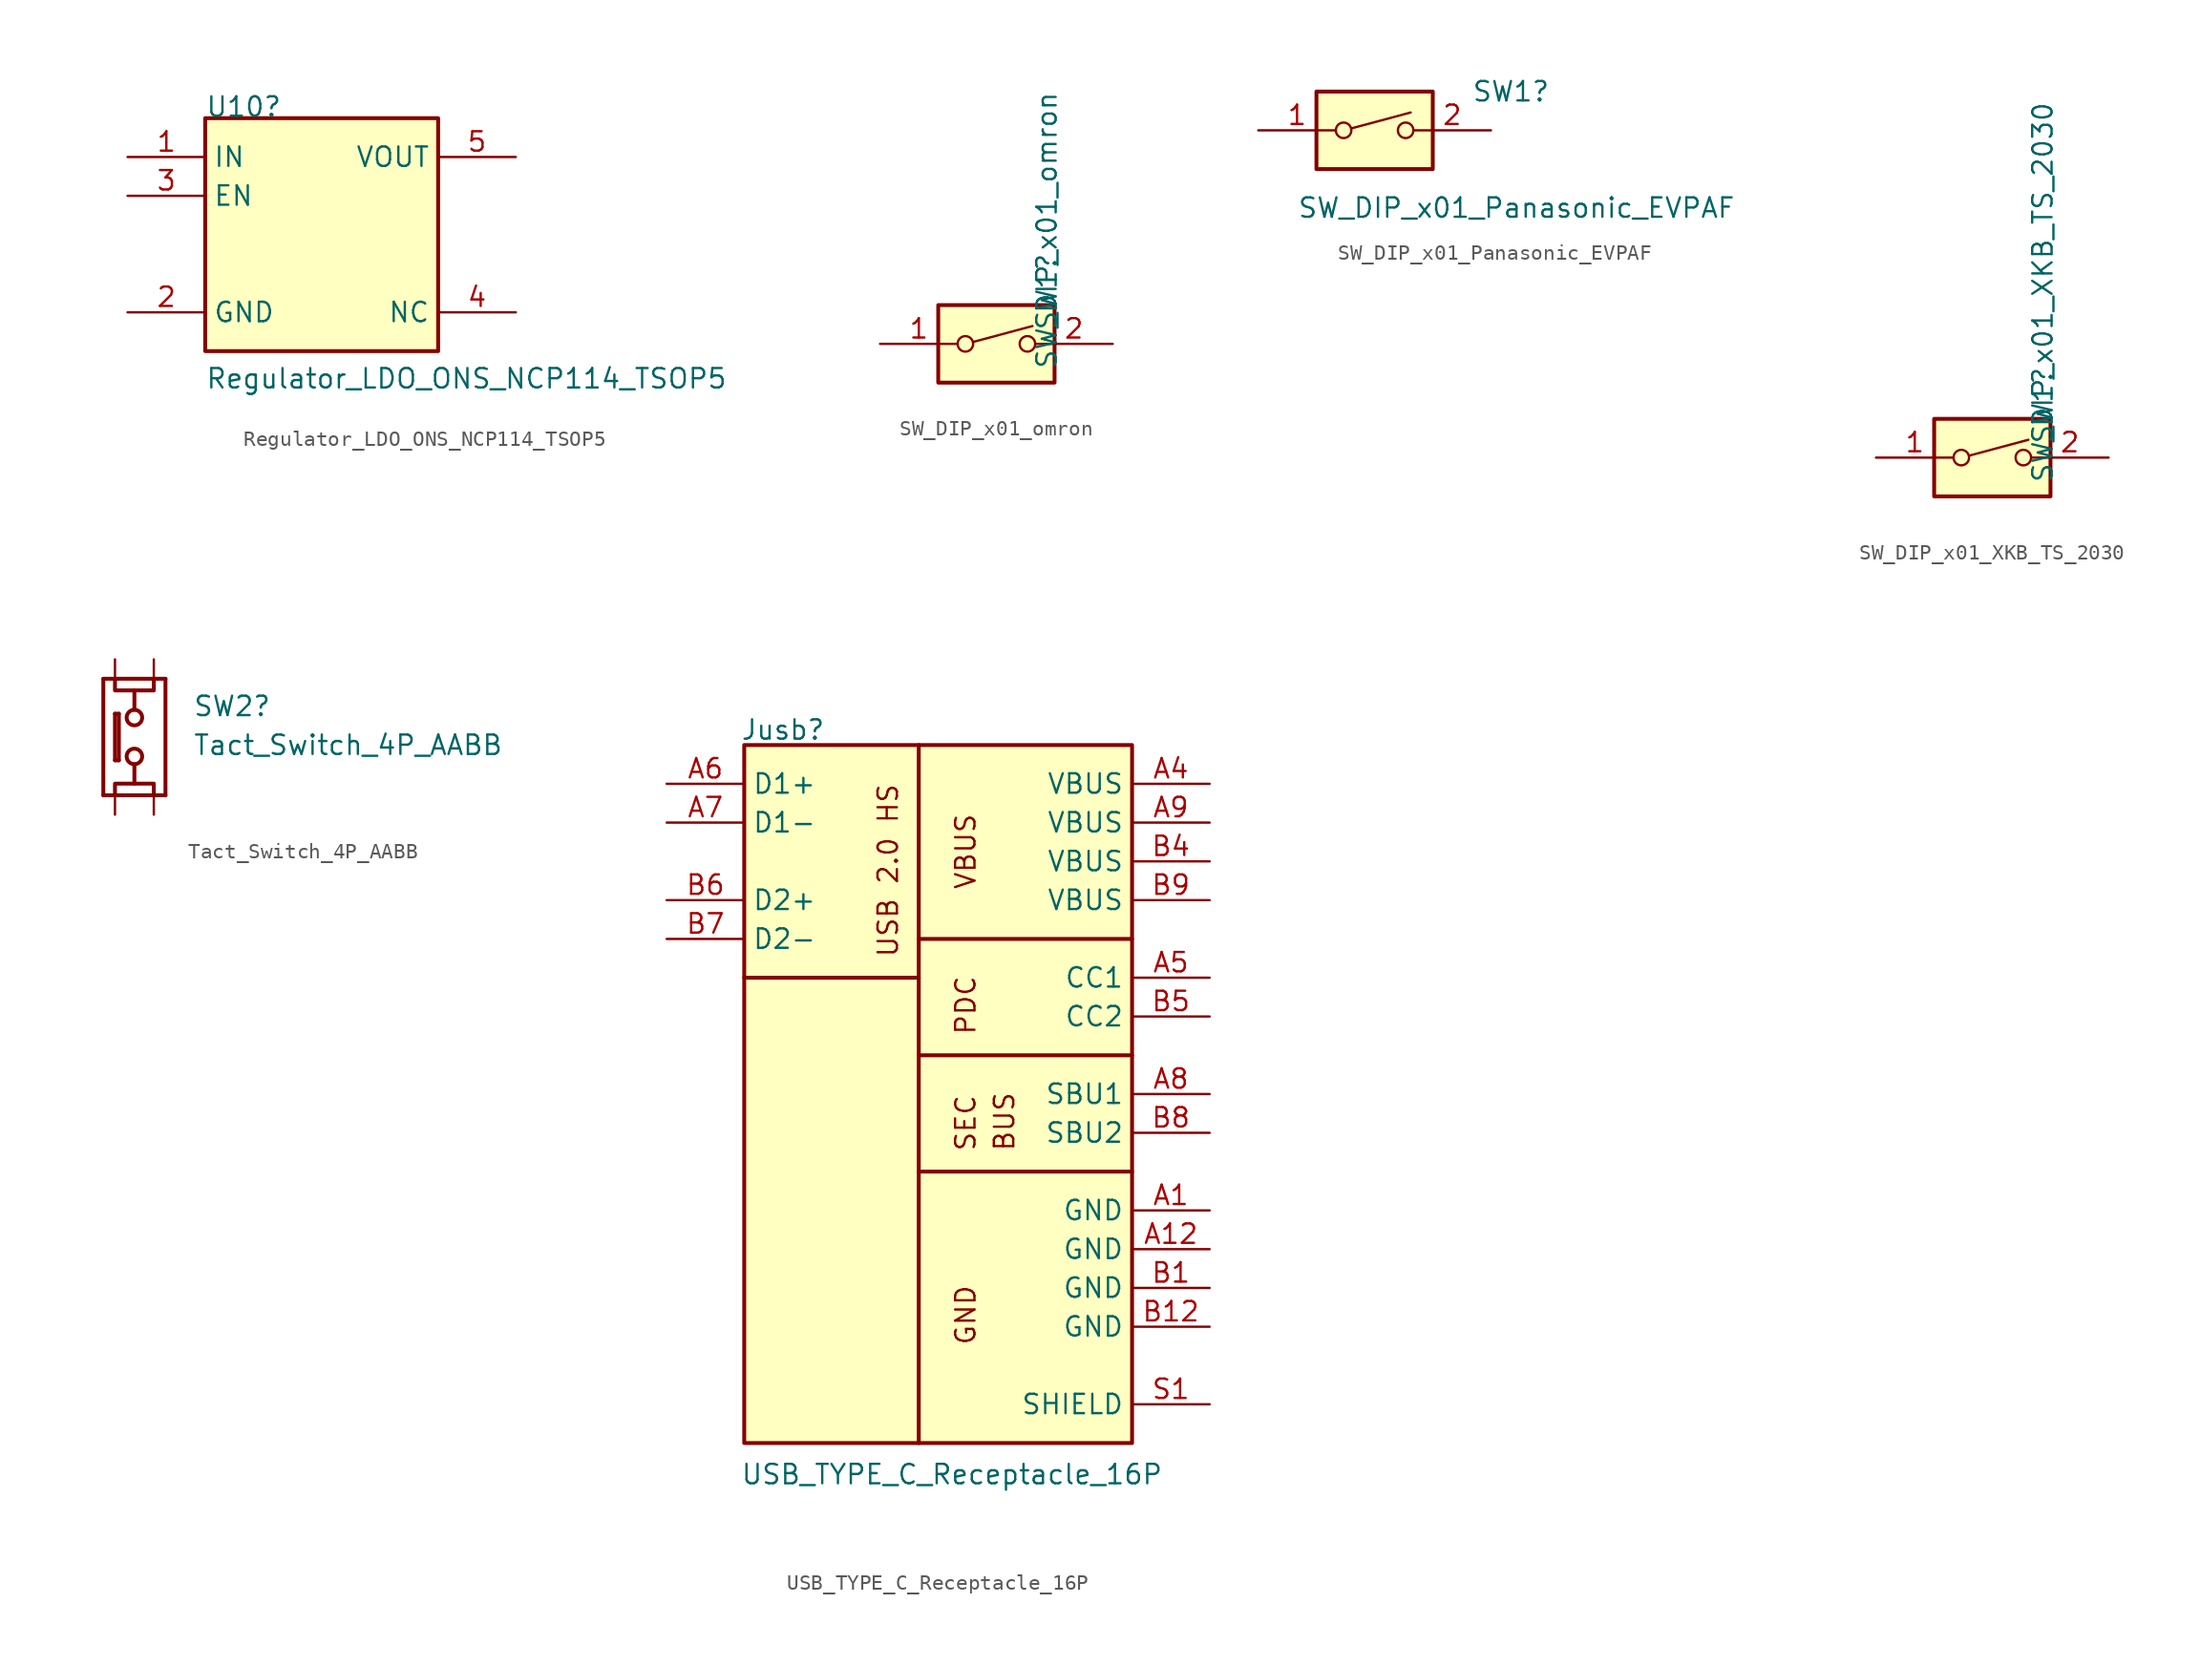
<source format=kicad_sym>
(kicad_symbol_lib
  (version 20220914)
  (generator kicad_symbol_editor)
  (symbol "Regulator_LDO_ONS_NCP114_TSOP5"
    (property "Reference" "U10"
      (at 0 0 0)
      (effects (font (size 1.27 1.27)) (justify left bottom)))
    (property "Value" "Regulator_LDO_ONS_NCP114_TSOP5"
      (at 0 -17.78 0)
      (effects (font (size 1.27 1.27)) (justify left bottom)))
    (symbol "Regulator_LDO_ONS_NCP114_TSOP5_1_0"
      (rectangle (start 15.24 0) (end 0 -15.24) (stroke (width 0.254) (type default)) (fill (type background)))
      (pin power_in line (at -5.08 -2.54 0) (length 5.08) (name "IN" (effects (font (size 1.27 1.27)))) (number "1" (effects (font (size 1.27 1.27)))))
      (pin power_in line (at -5.08 -12.7 0) (length 5.08) (name "GND" (effects (font (size 1.27 1.27)))) (number "2" (effects (font (size 1.27 1.27)))))
      (pin input line (at -5.08 -5.08 0) (length 5.08) (name "EN" (effects (font (size 1.27 1.27)))) (number "3" (effects (font (size 1.27 1.27)))))
      (pin passive line (at 20.32 -12.7 180) (length 5.08) (name "NC" (effects (font (size 1.27 1.27)))) (number "4" (effects (font (size 1.27 1.27)))))
      (pin power_in line (at 20.32 -2.54 180) (length 5.08) (name "VOUT" (effects (font (size 1.27 1.27)))) (number "5" (effects (font (size 1.27 1.27)))))))
  (symbol "SW_DIP_x01_omron"
    (pin_names
      (offset 0) hide)
    (property "Reference" "SW1"
      (at 3.302 0.835 90)
      (effects (font (size 1.27 1.27)) (justify left)))
    (property "Value" "SW_DIP_x01_omron"
      (at 3.302 -1.702 90)
      (effects (font (size 1.27 1.27)) (justify left)))
    (symbol "SW_DIP_x01_omron_0_0"
      (circle (center -2.032 0) (radius 0.508) (stroke (width 0) (type default)) (fill (type none)))
      (polyline (pts (xy -1.524 0.127) (xy 2.362 1.168)) (stroke (width 0) (type default)) (fill (type none)))
      (circle (center 2.032 0) (radius 0.508) (stroke (width 0) (type default)) (fill (type none))))
    (symbol "SW_DIP_x01_omron_0_1"
      (rectangle (start -3.81 2.54) (end 3.81 -2.54) (stroke (width 0.254) (type default)) (fill (type background))))
    (symbol "SW_DIP_x01_omron_1_1"
      (pin passive line (at -7.62 0 0) (length 5.08) (name "~" (effects (font (size 1.27 1.27)))) (number "1" (effects (font (size 1.27 1.27)))))
      (pin passive line (at 7.62 0 180) (length 5.08) (name "~" (effects (font (size 1.27 1.27)))) (number "2" (effects (font (size 1.27 1.27)))))))
  (symbol "SW_DIP_x01_Panasonic_EVPAF"
    (pin_names
      (offset 0) hide)
    (property "Reference" "SW1"
      (at 6.35 2.54 0)
      (effects (font (size 1.27 1.27)) (justify left)))
    (property "Value" "SW_DIP_x01_Panasonic_EVPAF"
      (at -5.08 -5.08 0)
      (effects (font (size 1.27 1.27)) (justify left)))
    (symbol "SW_DIP_x01_Panasonic_EVPAF_0_0"
      (circle (center -2.032 0) (radius 0.508) (stroke (width 0) (type default)) (fill (type none)))
      (polyline (pts (xy -1.524 0.127) (xy 2.362 1.168)) (stroke (width 0) (type default)) (fill (type none)))
      (circle (center 2.032 0) (radius 0.508) (stroke (width 0) (type default)) (fill (type none))))
    (symbol "SW_DIP_x01_Panasonic_EVPAF_0_1"
      (rectangle (start -3.81 2.54) (end 3.81 -2.54) (stroke (width 0.254) (type default)) (fill (type background))))
    (symbol "SW_DIP_x01_Panasonic_EVPAF_1_1"
      (pin passive line (at -7.62 0 0) (length 5.08) (name "~" (effects (font (size 1.27 1.27)))) (number "1" (effects (font (size 1.27 1.27)))))
      (pin passive line (at 7.62 0 180) (length 5.08) (name "~" (effects (font (size 1.27 1.27)))) (number "2" (effects (font (size 1.27 1.27)))))))
  (symbol "SW_DIP_x01_XKB_TS_2030"
    (pin_names
      (offset 0) hide)
    (property "Reference" "SW1"
      (at 3.302 0.835 90)
      (effects (font (size 1.27 1.27)) (justify left)))
    (property "Value" "SW_DIP_x01_XKB_TS_2030"
      (at 3.302 -1.702 90)
      (effects (font (size 1.27 1.27)) (justify left)))
    (symbol "SW_DIP_x01_XKB_TS_2030_0_0"
      (circle (center -2.032 0) (radius 0.508) (stroke (width 0) (type default)) (fill (type none)))
      (polyline (pts (xy -1.524 0.127) (xy 2.362 1.168)) (stroke (width 0) (type default)) (fill (type none)))
      (circle (center 2.032 0) (radius 0.508) (stroke (width 0) (type default)) (fill (type none))))
    (symbol "SW_DIP_x01_XKB_TS_2030_0_1"
      (rectangle (start -3.81 2.54) (end 3.81 -2.54) (stroke (width 0.254) (type default)) (fill (type background))))
    (symbol "SW_DIP_x01_XKB_TS_2030_1_1"
      (pin passive line (at -7.62 0 0) (length 5.08) (name "~" (effects (font (size 1.27 1.27)))) (number "1" (effects (font (size 1.27 1.27)))))
      (pin passive line (at 7.62 0 180) (length 5.08) (name "~" (effects (font (size 1.27 1.27)))) (number "2" (effects (font (size 1.27 1.27)))))))
  (symbol "Tact_Switch_4P_AABB"
    (property "Reference" "SW2"
      (at 5.08 -3.81 0)
      (effects (font (size 1.27 1.27)) (justify left bottom)))
    (property "Value" "Tact_Switch_4P_AABB"
      (at 5.08 -6.35 0)
      (effects (font (size 1.27 1.27)) (justify left bottom)))
    (symbol "Tact_Switch_4P_AABB_1_0"
      (polyline (pts (xy -0.762 -8.89) (xy 3.302 -8.89)) (stroke (width 0.254) (type default)) (fill (type none)))
      (polyline (pts (xy -0.762 -1.27) (xy -0.762 -8.89)) (stroke (width 0.254) (type default)) (fill (type none)))
      (polyline (pts (xy -0.762 -1.27) (xy 3.302 -1.27)) (stroke (width 0.254) (type default)) (fill (type none)))
      (polyline (pts (xy 0 -6.604) (xy 0.254 -6.604)) (stroke (width 0.254) (type default)) (fill (type none)))
      (polyline (pts (xy 0 -3.556) (xy 0 -6.604)) (stroke (width 0.254) (type default)) (fill (type none)))
      (polyline (pts (xy 0 -3.556) (xy 0.254 -3.556)) (stroke (width 0.254) (type default)) (fill (type none)))
      (polyline (pts (xy 0.254 -6.604) (xy 0.254 -3.556)) (stroke (width 0.254) (type default)) (fill (type none)))
      (polyline (pts (xy 1.27 -6.858) (xy 1.27 -8.128)) (stroke (width 0.254) (type default)) (fill (type none)))
      (polyline (pts (xy 1.27 -2.032) (xy 1.27 -3.302)) (stroke (width 0.254) (type default)) (fill (type none)))
      (polyline (pts (xy 3.302 -1.27) (xy 3.302 -8.89)) (stroke (width 0.254) (type default)) (fill (type none)))
      (polyline (pts (xy 0 -8.89) (xy 0 -8.128) (xy 2.54 -8.128) (xy 2.54 -8.89)) (stroke (width 0.254) (type default)) (fill (type none)))
      (polyline (pts (xy 0 -1.27) (xy 0 -2.032) (xy 2.54 -2.032) (xy 2.54 -1.27)) (stroke (width 0.254) (type default)) (fill (type none)))
      (circle (center 1.27 -6.35) (radius 0.508) (stroke (width 0.254) (type default)) (fill (type none)))
      (circle (center 1.27 -3.81) (radius 0.508) (stroke (width 0.254) (type default)) (fill (type none)))
      (pin passive line (at 0 0 270) (length 1.27) (name "1" (effects (font (size 0 0)))) (number "1" (effects (font (size 0 0)))))
      (pin passive line (at 2.54 0 270) (length 1.27) (name "2" (effects (font (size 0 0)))) (number "2" (effects (font (size 0 0)))))
      (pin passive line (at 0 -10.16 90) (length 1.27) (name "3" (effects (font (size 0 0)))) (number "3" (effects (font (size 0 0)))))
      (pin passive line (at 2.54 -10.16 90) (length 1.27) (name "4" (effects (font (size 0 0)))) (number "4" (effects (font (size 0 0)))))))
  (symbol "USB_TYPE_C_Receptacle_16P"
    (property "Reference" "Jusb"
      (at -0.254 0.254 0)
      (effects (font (size 1.27 1.27)) (justify left bottom)))
    (property "Value" "USB_TYPE_C_Receptacle_16P"
      (at -0.254 -48.514 0)
      (effects (font (size 1.27 1.27)) (justify left bottom)))
    (symbol "USB_TYPE_C_Receptacle_16P_1_0"
      (polyline (pts (xy 0 -15.24) (xy 11.43 -15.24)) (stroke (width 0.254) (type default)) (fill (type none)))
      (polyline (pts (xy 11.43 -45.72) (xy 11.43 0)) (stroke (width 0.254) (type default)) (fill (type none)))
      (polyline (pts (xy 11.43 -27.94) (xy 25.4 -27.94)) (stroke (width 0.254) (type default)) (fill (type none)))
      (polyline (pts (xy 11.43 -20.32) (xy 25.4 -20.32)) (stroke (width 0.254) (type default)) (fill (type none)))
      (polyline (pts (xy 11.43 -12.7) (xy 25.4 -12.7)) (stroke (width 0.254) (type default)) (fill (type none)))
      (rectangle (start 25.4 0) (end 0 -45.72) (stroke (width 0.254) (type default)) (fill (type background)))
      (text "BUS" (at 17.78 -26.67 900) (effects (font (size 1.27 1.27)) (justify left bottom)))
      (text "GND" (at 15.24 -39.37 900) (effects (font (size 1.27 1.27)) (justify left bottom)))
      (text "PDC" (at 15.24 -19.05 900) (effects (font (size 1.27 1.27)) (justify left bottom)))
      (text "SEC" (at 15.24 -26.67 900) (effects (font (size 1.27 1.27)) (justify left bottom)))
      (text "USB 2.0 HS" (at 10.16 -13.97 900) (effects (font (size 1.27 1.27)) (justify left bottom)))
      (text "VBUS" (at 15.24 -9.525 900) (effects (font (size 1.27 1.27)) (justify left bottom)))
      (pin passive line (at 30.48 -30.48 180) (length 5.08) (name "GND" (effects (font (size 1.27 1.27)))) (number "A1" (effects (font (size 1.27 1.27)))))
      (pin passive line (at 30.48 -33.02 180) (length 5.08) (name "GND" (effects (font (size 1.27 1.27)))) (number "A12" (effects (font (size 1.27 1.27)))))
      (pin passive line (at 30.48 -2.54 180) (length 5.08) (name "VBUS" (effects (font (size 1.27 1.27)))) (number "A4" (effects (font (size 1.27 1.27)))))
      (pin passive line (at 30.48 -15.24 180) (length 5.08) (name "CC1" (effects (font (size 1.27 1.27)))) (number "A5" (effects (font (size 1.27 1.27)))))
      (pin passive line (at -5.08 -2.54 0) (length 5.08) (name "D1+" (effects (font (size 1.27 1.27)))) (number "A6" (effects (font (size 1.27 1.27)))))
      (pin passive line (at -5.08 -5.08 0) (length 5.08) (name "D1-" (effects (font (size 1.27 1.27)))) (number "A7" (effects (font (size 1.27 1.27)))))
      (pin passive line (at 30.48 -22.86 180) (length 5.08) (name "SBU1" (effects (font (size 1.27 1.27)))) (number "A8" (effects (font (size 1.27 1.27)))))
      (pin passive line (at 30.48 -5.08 180) (length 5.08) (name "VBUS" (effects (font (size 1.27 1.27)))) (number "A9" (effects (font (size 1.27 1.27)))))
      (pin passive line (at 30.48 -35.56 180) (length 5.08) (name "GND" (effects (font (size 1.27 1.27)))) (number "B1" (effects (font (size 1.27 1.27)))))
      (pin passive line (at 30.48 -38.1 180) (length 5.08) (name "GND" (effects (font (size 1.27 1.27)))) (number "B12" (effects (font (size 1.27 1.27)))))
      (pin passive line (at 30.48 -7.62 180) (length 5.08) (name "VBUS" (effects (font (size 1.27 1.27)))) (number "B4" (effects (font (size 1.27 1.27)))))
      (pin passive line (at 30.48 -17.78 180) (length 5.08) (name "CC2" (effects (font (size 1.27 1.27)))) (number "B5" (effects (font (size 1.27 1.27)))))
      (pin passive line (at -5.08 -10.16 0) (length 5.08) (name "D2+" (effects (font (size 1.27 1.27)))) (number "B6" (effects (font (size 1.27 1.27)))))
      (pin passive line (at -5.08 -12.7 0) (length 5.08) (name "D2-" (effects (font (size 1.27 1.27)))) (number "B7" (effects (font (size 1.27 1.27)))))
      (pin passive line (at 30.48 -25.4 180) (length 5.08) (name "SBU2" (effects (font (size 1.27 1.27)))) (number "B8" (effects (font (size 1.27 1.27)))))
      (pin passive line (at 30.48 -10.16 180) (length 5.08) (name "VBUS" (effects (font (size 1.27 1.27)))) (number "B9" (effects (font (size 1.27 1.27)))))
      (pin passive line (at 30.48 -43.18 180) (length 5.08) (name "SHIELD" (effects (font (size 1.27 1.27)))) (number "S1" (effects (font (size 1.27 1.27))))))))
</source>
